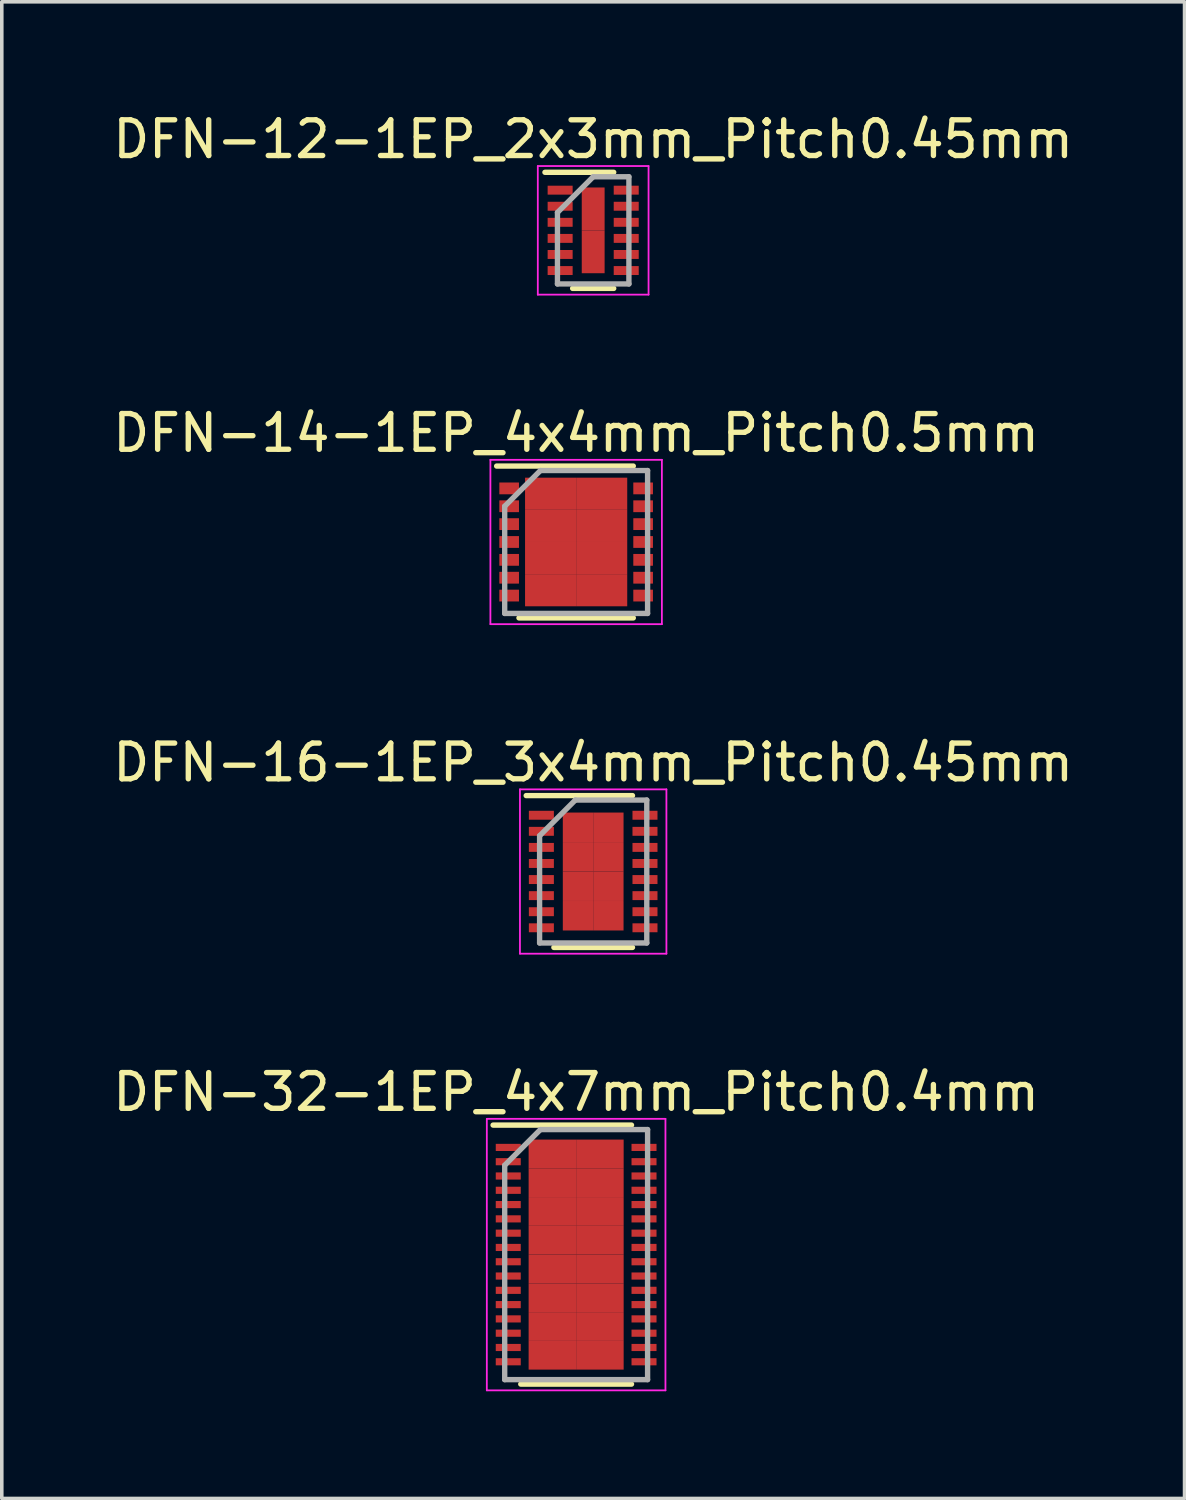
<source format=kicad_pcb>
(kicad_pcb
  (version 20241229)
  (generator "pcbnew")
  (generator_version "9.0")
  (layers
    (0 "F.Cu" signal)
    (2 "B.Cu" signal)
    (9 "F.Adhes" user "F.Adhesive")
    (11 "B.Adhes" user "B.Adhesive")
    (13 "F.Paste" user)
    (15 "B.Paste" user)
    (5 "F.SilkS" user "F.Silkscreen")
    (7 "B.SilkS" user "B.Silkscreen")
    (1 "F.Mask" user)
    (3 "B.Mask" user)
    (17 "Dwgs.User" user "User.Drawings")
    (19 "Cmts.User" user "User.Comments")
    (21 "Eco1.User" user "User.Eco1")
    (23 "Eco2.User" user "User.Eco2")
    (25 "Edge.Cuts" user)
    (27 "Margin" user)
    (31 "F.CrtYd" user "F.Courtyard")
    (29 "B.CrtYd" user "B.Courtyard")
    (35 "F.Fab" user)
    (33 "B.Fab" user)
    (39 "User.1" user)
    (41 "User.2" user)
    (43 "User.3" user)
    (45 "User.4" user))
  (footprint "DFN-32-1EP_4x7mm_Pitch0.4mm"
    (layer "F.Cu")
    (at 13.077 32.068)
    (property "Reference" "DFN-32-1EP_4x7mm_Pitch0.4mm" (at 0 -4.55 0) (layer "F.SilkS") (effects (font (size 1 1) (thickness 0.15))))
    (attr smd)
    (fp_line (start -2.325 -3.625) (end 1.55 -3.625) (stroke (width 0.15) (type solid)) (layer "F.SilkS"))
    (fp_line (start -1.55 3.625) (end 1.55 3.625) (stroke (width 0.15) (type solid)) (layer "F.SilkS"))
    (fp_line (start -2.5 -3.8) (end -2.5 3.8) (stroke (width 0.05) (type solid)) (layer "F.CrtYd"))
    (fp_line (start -2.5 -3.8) (end 2.5 -3.8) (stroke (width 0.05) (type solid)) (layer "F.CrtYd"))
    (fp_line (start -2.5 3.8) (end 2.5 3.8) (stroke (width 0.05) (type solid)) (layer "F.CrtYd"))
    (fp_line (start 2.5 -3.8) (end 2.5 3.8) (stroke (width 0.05) (type solid)) (layer "F.CrtYd"))
    (fp_line (start -2 -2.5) (end -1 -3.5) (stroke (width 0.15) (type solid)) (layer "F.Fab"))
    (fp_line (start -2 3.5) (end -2 -2.5) (stroke (width 0.15) (type solid)) (layer "F.Fab"))
    (fp_line (start -1 -3.5) (end 2 -3.5) (stroke (width 0.15) (type solid)) (layer "F.Fab"))
    (fp_line (start 2 -3.5) (end 2 3.5) (stroke (width 0.15) (type solid)) (layer "F.Fab"))
    (fp_line (start 2 3.5) (end -2 3.5) (stroke (width 0.15) (type solid)) (layer "F.Fab"))
    (pad "1" smd rect (at -1.9 -3) (size 0.7 0.2) (layers "F.Cu" "F.Mask" "F.Paste"))
    (pad "2" smd rect (at -1.9 -2.6) (size 0.7 0.2) (layers "F.Cu" "F.Mask" "F.Paste"))
    (pad "3" smd rect (at -1.9 -2.2) (size 0.7 0.2) (layers "F.Cu" "F.Mask" "F.Paste"))
    (pad "4" smd rect (at -1.9 -1.8) (size 0.7 0.2) (layers "F.Cu" "F.Mask" "F.Paste"))
    (pad "5" smd rect (at -1.9 -1.4) (size 0.7 0.2) (layers "F.Cu" "F.Mask" "F.Paste"))
    (pad "6" smd rect (at -1.9 -1) (size 0.7 0.2) (layers "F.Cu" "F.Mask" "F.Paste"))
    (pad "7" smd rect (at -1.9 -0.6) (size 0.7 0.2) (layers "F.Cu" "F.Mask" "F.Paste"))
    (pad "8" smd rect (at -1.9 -0.2) (size 0.7 0.2) (layers "F.Cu" "F.Mask" "F.Paste"))
    (pad "9" smd rect (at -1.9 0.2) (size 0.7 0.2) (layers "F.Cu" "F.Mask" "F.Paste"))
    (pad "10" smd rect (at -1.9 0.6) (size 0.7 0.2) (layers "F.Cu" "F.Mask" "F.Paste"))
    (pad "11" smd rect (at -1.9 1) (size 0.7 0.2) (layers "F.Cu" "F.Mask" "F.Paste"))
    (pad "12" smd rect (at -1.9 1.4) (size 0.7 0.2) (layers "F.Cu" "F.Mask" "F.Paste"))
    (pad "13" smd rect (at -1.9 1.8) (size 0.7 0.2) (layers "F.Cu" "F.Mask" "F.Paste"))
    (pad "14" smd rect (at -1.9 2.2) (size 0.7 0.2) (layers "F.Cu" "F.Mask" "F.Paste"))
    (pad "15" smd rect (at -1.9 2.6) (size 0.7 0.2) (layers "F.Cu" "F.Mask" "F.Paste"))
    (pad "16" smd rect (at -1.9 3) (size 0.7 0.2) (layers "F.Cu" "F.Mask" "F.Paste"))
    (pad "17" smd rect (at 1.9 3) (size 0.7 0.2) (layers "F.Cu" "F.Mask" "F.Paste"))
    (pad "18" smd rect (at 1.9 2.6) (size 0.7 0.2) (layers "F.Cu" "F.Mask" "F.Paste"))
    (pad "19" smd rect (at 1.9 2.2) (size 0.7 0.2) (layers "F.Cu" "F.Mask" "F.Paste"))
    (pad "20" smd rect (at 1.9 1.8) (size 0.7 0.2) (layers "F.Cu" "F.Mask" "F.Paste"))
    (pad "21" smd rect (at 1.9 1.4) (size 0.7 0.2) (layers "F.Cu" "F.Mask" "F.Paste"))
    (pad "22" smd rect (at 1.9 1) (size 0.7 0.2) (layers "F.Cu" "F.Mask" "F.Paste"))
    (pad "23" smd rect (at 1.9 0.6) (size 0.7 0.2) (layers "F.Cu" "F.Mask" "F.Paste"))
    (pad "24" smd rect (at 1.9 0.2) (size 0.7 0.2) (layers "F.Cu" "F.Mask" "F.Paste"))
    (pad "25" smd rect (at 1.9 -0.2) (size 0.7 0.2) (layers "F.Cu" "F.Mask" "F.Paste"))
    (pad "26" smd rect (at 1.9 -0.6) (size 0.7 0.2) (layers "F.Cu" "F.Mask" "F.Paste"))
    (pad "27" smd rect (at 1.9 -1) (size 0.7 0.2) (layers "F.Cu" "F.Mask" "F.Paste"))
    (pad "28" smd rect (at 1.9 -1.4) (size 0.7 0.2) (layers "F.Cu" "F.Mask" "F.Paste"))
    (pad "29" smd rect (at 1.9 -1.8) (size 0.7 0.2) (layers "F.Cu" "F.Mask" "F.Paste"))
    (pad "30" smd rect (at 1.9 -2.2) (size 0.7 0.2) (layers "F.Cu" "F.Mask" "F.Paste"))
    (pad "31" smd rect (at 1.9 -2.6) (size 0.7 0.2) (layers "F.Cu" "F.Mask" "F.Paste"))
    (pad "32" smd rect (at 1.9 -3) (size 0.7 0.2) (layers "F.Cu" "F.Mask" "F.Paste"))
    (pad "33" smd rect (at -0.665 -2.817) (size 1.33 0.805) (layers "F.Cu" "F.Mask" "F.Paste"))
    (pad "33" smd rect (at -0.665 -2.013) (size 1.33 0.805) (layers "F.Cu" "F.Mask" "F.Paste"))
    (pad "33" smd rect (at -0.665 -1.208) (size 1.33 0.805) (layers "F.Cu" "F.Mask" "F.Paste"))
    (pad "33" smd rect (at -0.665 -0.403) (size 1.33 0.805) (layers "F.Cu" "F.Mask" "F.Paste"))
    (pad "33" smd rect (at -0.665 0.403) (size 1.33 0.805) (layers "F.Cu" "F.Mask" "F.Paste"))
    (pad "33" smd rect (at -0.665 1.208) (size 1.33 0.805) (layers "F.Cu" "F.Mask" "F.Paste"))
    (pad "33" smd rect (at -0.665 2.013) (size 1.33 0.805) (layers "F.Cu" "F.Mask" "F.Paste"))
    (pad "33" smd rect (at -0.665 2.817) (size 1.33 0.805) (layers "F.Cu" "F.Mask" "F.Paste"))
    (pad "33" smd rect (at 0.665 -2.817) (size 1.33 0.805) (layers "F.Cu" "F.Mask" "F.Paste"))
    (pad "33" smd rect (at 0.665 -2.013) (size 1.33 0.805) (layers "F.Cu" "F.Mask" "F.Paste"))
    (pad "33" smd rect (at 0.665 -1.208) (size 1.33 0.805) (layers "F.Cu" "F.Mask" "F.Paste"))
    (pad "33" smd rect (at 0.665 -0.403) (size 1.33 0.805) (layers "F.Cu" "F.Mask" "F.Paste"))
    (pad "33" smd rect (at 0.665 0.403) (size 1.33 0.805) (layers "F.Cu" "F.Mask" "F.Paste"))
    (pad "33" smd rect (at 0.665 1.208) (size 1.33 0.805) (layers "F.Cu" "F.Mask" "F.Paste"))
    (pad "33" smd rect (at 0.665 2.013) (size 1.33 0.805) (layers "F.Cu" "F.Mask" "F.Paste"))
    (pad "33" smd rect (at 0.665 2.817) (size 1.33 0.805) (layers "F.Cu" "F.Mask" "F.Paste")))
  (footprint "DFN-16-1EP_3x4mm_Pitch0.45mm"
    (layer "F.Cu")
    (at 13.554 21.345)
    (property "Reference" "DFN-16-1EP_3x4mm_Pitch0.45mm" (at 0 -3.05 0) (layer "F.SilkS") (effects (font (size 1 1) (thickness 0.15))))
    (attr smd)
    (fp_line (start -1.875 -2.125) (end 1.1 -2.125) (stroke (width 0.15) (type solid)) (layer "F.SilkS"))
    (fp_line (start -1.1 2.125) (end 1.1 2.125) (stroke (width 0.15) (type solid)) (layer "F.SilkS"))
    (fp_line (start -2.05 -2.3) (end -2.05 2.3) (stroke (width 0.05) (type solid)) (layer "F.CrtYd"))
    (fp_line (start -2.05 -2.3) (end 2.05 -2.3) (stroke (width 0.05) (type solid)) (layer "F.CrtYd"))
    (fp_line (start -2.05 2.3) (end 2.05 2.3) (stroke (width 0.05) (type solid)) (layer "F.CrtYd"))
    (fp_line (start 2.05 -2.3) (end 2.05 2.3) (stroke (width 0.05) (type solid)) (layer "F.CrtYd"))
    (fp_line (start -1.5 -1) (end -0.5 -2) (stroke (width 0.15) (type solid)) (layer "F.Fab"))
    (fp_line (start -1.5 2) (end -1.5 -1) (stroke (width 0.15) (type solid)) (layer "F.Fab"))
    (fp_line (start -0.5 -2) (end 1.5 -2) (stroke (width 0.15) (type solid)) (layer "F.Fab"))
    (fp_line (start 1.5 -2) (end 1.5 2) (stroke (width 0.15) (type solid)) (layer "F.Fab"))
    (fp_line (start 1.5 2) (end -1.5 2) (stroke (width 0.15) (type solid)) (layer "F.Fab"))
    (pad "1" smd rect (at -1.45 -1.575) (size 0.7 0.25) (layers "F.Cu" "F.Mask" "F.Paste"))
    (pad "2" smd rect (at -1.45 -1.125) (size 0.7 0.25) (layers "F.Cu" "F.Mask" "F.Paste"))
    (pad "3" smd rect (at -1.45 -0.675) (size 0.7 0.25) (layers "F.Cu" "F.Mask" "F.Paste"))
    (pad "4" smd rect (at -1.45 -0.225) (size 0.7 0.25) (layers "F.Cu" "F.Mask" "F.Paste"))
    (pad "5" smd rect (at -1.45 0.225) (size 0.7 0.25) (layers "F.Cu" "F.Mask" "F.Paste"))
    (pad "6" smd rect (at -1.45 0.675) (size 0.7 0.25) (layers "F.Cu" "F.Mask" "F.Paste"))
    (pad "7" smd rect (at -1.45 1.125) (size 0.7 0.25) (layers "F.Cu" "F.Mask" "F.Paste"))
    (pad "8" smd rect (at -1.45 1.575) (size 0.7 0.25) (layers "F.Cu" "F.Mask" "F.Paste"))
    (pad "9" smd rect (at 1.45 1.575) (size 0.7 0.25) (layers "F.Cu" "F.Mask" "F.Paste"))
    (pad "10" smd rect (at 1.45 1.125) (size 0.7 0.25) (layers "F.Cu" "F.Mask" "F.Paste"))
    (pad "11" smd rect (at 1.45 0.675) (size 0.7 0.25) (layers "F.Cu" "F.Mask" "F.Paste"))
    (pad "12" smd rect (at 1.45 0.225) (size 0.7 0.25) (layers "F.Cu" "F.Mask" "F.Paste"))
    (pad "13" smd rect (at 1.45 -0.225) (size 0.7 0.25) (layers "F.Cu" "F.Mask" "F.Paste"))
    (pad "14" smd rect (at 1.45 -0.675) (size 0.7 0.25) (layers "F.Cu" "F.Mask" "F.Paste"))
    (pad "15" smd rect (at 1.45 -1.125) (size 0.7 0.25) (layers "F.Cu" "F.Mask" "F.Paste"))
    (pad "16" smd rect (at 1.45 -1.575) (size 0.7 0.25) (layers "F.Cu" "F.Mask" "F.Paste"))
    (pad "17" smd rect (at -0.425 -1.238) (size 0.85 0.825) (layers "F.Cu" "F.Mask" "F.Paste"))
    (pad "17" smd rect (at -0.425 -0.412) (size 0.85 0.825) (layers "F.Cu" "F.Mask" "F.Paste"))
    (pad "17" smd rect (at -0.425 0.412) (size 0.85 0.825) (layers "F.Cu" "F.Mask" "F.Paste"))
    (pad "17" smd rect (at -0.425 1.238) (size 0.85 0.825) (layers "F.Cu" "F.Mask" "F.Paste"))
    (pad "17" smd rect (at 0.425 -1.238) (size 0.85 0.825) (layers "F.Cu" "F.Mask" "F.Paste"))
    (pad "17" smd rect (at 0.425 -0.412) (size 0.85 0.825) (layers "F.Cu" "F.Mask" "F.Paste"))
    (pad "17" smd rect (at 0.425 0.412) (size 0.85 0.825) (layers "F.Cu" "F.Mask" "F.Paste"))
    (pad "17" smd rect (at 0.425 1.238) (size 0.85 0.825) (layers "F.Cu" "F.Mask" "F.Paste")))
  (footprint "DFN-12-1EP_2x3mm_Pitch0.45mm"
    (layer "F.Cu")
    (at 13.554 3.398)
    (property "Reference" "DFN-12-1EP_2x3mm_Pitch0.45mm" (at 0 -2.55 0) (layer "F.SilkS") (effects (font (size 1 1) (thickness 0.15))))
    (attr smd)
    (fp_line (start -1.35 -1.625) (end 0.575 -1.625) (stroke (width 0.15) (type solid)) (layer "F.SilkS"))
    (fp_line (start -0.575 1.625) (end 0.575 1.625) (stroke (width 0.15) (type solid)) (layer "F.SilkS"))
    (fp_line (start -1.55 -1.8) (end -1.55 1.8) (stroke (width 0.05) (type solid)) (layer "F.CrtYd"))
    (fp_line (start -1.55 -1.8) (end 1.55 -1.8) (stroke (width 0.05) (type solid)) (layer "F.CrtYd"))
    (fp_line (start -1.55 1.8) (end 1.55 1.8) (stroke (width 0.05) (type solid)) (layer "F.CrtYd"))
    (fp_line (start 1.55 -1.8) (end 1.55 1.8) (stroke (width 0.05) (type solid)) (layer "F.CrtYd"))
    (fp_line (start -1 -0.5) (end 0 -1.5) (stroke (width 0.15) (type solid)) (layer "F.Fab"))
    (fp_line (start -1 1.5) (end -1 -0.5) (stroke (width 0.15) (type solid)) (layer "F.Fab"))
    (fp_line (start 0 -1.5) (end 1 -1.5) (stroke (width 0.15) (type solid)) (layer "F.Fab"))
    (fp_line (start 1 -1.5) (end 1 1.5) (stroke (width 0.15) (type solid)) (layer "F.Fab"))
    (fp_line (start 1 1.5) (end -1 1.5) (stroke (width 0.15) (type solid)) (layer "F.Fab"))
    (pad "1" smd rect (at -0.925 -1.125) (size 0.7 0.25) (layers "F.Cu" "F.Mask" "F.Paste"))
    (pad "2" smd rect (at -0.925 -0.675) (size 0.7 0.25) (layers "F.Cu" "F.Mask" "F.Paste"))
    (pad "3" smd rect (at -0.925 -0.225) (size 0.7 0.25) (layers "F.Cu" "F.Mask" "F.Paste"))
    (pad "4" smd rect (at -0.925 0.225) (size 0.7 0.25) (layers "F.Cu" "F.Mask" "F.Paste"))
    (pad "5" smd rect (at -0.925 0.675) (size 0.7 0.25) (layers "F.Cu" "F.Mask" "F.Paste"))
    (pad "6" smd rect (at -0.925 1.125) (size 0.7 0.25) (layers "F.Cu" "F.Mask" "F.Paste"))
    (pad "7" smd rect (at 0.925 1.125) (size 0.7 0.25) (layers "F.Cu" "F.Mask" "F.Paste"))
    (pad "8" smd rect (at 0.925 0.675) (size 0.7 0.25) (layers "F.Cu" "F.Mask" "F.Paste"))
    (pad "9" smd rect (at 0.925 0.225) (size 0.7 0.25) (layers "F.Cu" "F.Mask" "F.Paste"))
    (pad "10" smd rect (at 0.925 -0.225) (size 0.7 0.25) (layers "F.Cu" "F.Mask" "F.Paste"))
    (pad "11" smd rect (at 0.925 -0.675) (size 0.7 0.25) (layers "F.Cu" "F.Mask" "F.Paste"))
    (pad "12" smd rect (at 0.925 -1.125) (size 0.7 0.25) (layers "F.Cu" "F.Mask" "F.Paste"))
    (pad "13" smd rect (at 0 -0.6) (size 0.64 1.2) (layers "F.Cu" "F.Mask" "F.Paste"))
    (pad "13" smd rect (at 0 0.6) (size 0.64 1.2) (layers "F.Cu" "F.Mask" "F.Paste")))
  (footprint "DFN-14-1EP_4x4mm_Pitch0.5mm"
    (layer "F.Cu")
    (at 13.077 12.121)
    (property "Reference" "DFN-14-1EP_4x4mm_Pitch0.5mm" (at 0 -3.05 0) (layer "F.SilkS") (effects (font (size 1 1) (thickness 0.15))))
    (attr smd)
    (fp_line (start -2.225 -2.125) (end 1.6 -2.125) (stroke (width 0.15) (type solid)) (layer "F.SilkS"))
    (fp_line (start -1.6 2.125) (end 1.6 2.125) (stroke (width 0.15) (type solid)) (layer "F.SilkS"))
    (fp_line (start -2.4 -2.3) (end -2.4 2.3) (stroke (width 0.05) (type solid)) (layer "F.CrtYd"))
    (fp_line (start -2.4 -2.3) (end 2.4 -2.3) (stroke (width 0.05) (type solid)) (layer "F.CrtYd"))
    (fp_line (start -2.4 2.3) (end 2.4 2.3) (stroke (width 0.05) (type solid)) (layer "F.CrtYd"))
    (fp_line (start 2.4 -2.3) (end 2.4 2.3) (stroke (width 0.05) (type solid)) (layer "F.CrtYd"))
    (fp_line (start -2 -1) (end -1 -2) (stroke (width 0.15) (type solid)) (layer "F.Fab"))
    (fp_line (start -2 2) (end -2 -1) (stroke (width 0.15) (type solid)) (layer "F.Fab"))
    (fp_line (start -1 -2) (end 2 -2) (stroke (width 0.15) (type solid)) (layer "F.Fab"))
    (fp_line (start 2 -2) (end 2 2) (stroke (width 0.15) (type solid)) (layer "F.Fab"))
    (fp_line (start 2 2) (end -2 2) (stroke (width 0.15) (type solid)) (layer "F.Fab"))
    (pad "1" smd rect (at -1.875 -1.5) (size 0.55 0.33) (layers "F.Cu" "F.Mask" "F.Paste"))
    (pad "2" smd rect (at -1.875 -1) (size 0.55 0.33) (layers "F.Cu" "F.Mask" "F.Paste"))
    (pad "3" smd rect (at -1.875 -0.5) (size 0.55 0.33) (layers "F.Cu" "F.Mask" "F.Paste"))
    (pad "4" smd rect (at -1.875 0) (size 0.55 0.33) (layers "F.Cu" "F.Mask" "F.Paste"))
    (pad "5" smd rect (at -1.875 0.5) (size 0.55 0.33) (layers "F.Cu" "F.Mask" "F.Paste"))
    (pad "6" smd rect (at -1.875 1) (size 0.55 0.33) (layers "F.Cu" "F.Mask" "F.Paste"))
    (pad "7" smd rect (at -1.875 1.5) (size 0.55 0.33) (layers "F.Cu" "F.Mask" "F.Paste"))
    (pad "8" smd rect (at 1.875 1.5) (size 0.55 0.33) (layers "F.Cu" "F.Mask" "F.Paste"))
    (pad "9" smd rect (at 1.875 1) (size 0.55 0.33) (layers "F.Cu" "F.Mask" "F.Paste"))
    (pad "10" smd rect (at 1.875 0.5) (size 0.55 0.33) (layers "F.Cu" "F.Mask" "F.Paste"))
    (pad "11" smd rect (at 1.875 0) (size 0.55 0.33) (layers "F.Cu" "F.Mask" "F.Paste"))
    (pad "12" smd rect (at 1.875 -0.5) (size 0.55 0.33) (layers "F.Cu" "F.Mask" "F.Paste"))
    (pad "13" smd rect (at 1.875 -1) (size 0.55 0.33) (layers "F.Cu" "F.Mask" "F.Paste"))
    (pad "14" smd rect (at 1.875 -1.5) (size 0.55 0.33) (layers "F.Cu" "F.Mask" "F.Paste"))
    (pad "15" smd rect (at -0.715 -1.35) (size 1.43 0.9) (layers "F.Cu" "F.Mask" "F.Paste"))
    (pad "15" smd rect (at -0.715 -0.45) (size 1.43 0.9) (layers "F.Cu" "F.Mask" "F.Paste"))
    (pad "15" smd rect (at -0.715 0.45) (size 1.43 0.9) (layers "F.Cu" "F.Mask" "F.Paste"))
    (pad "15" smd rect (at -0.715 1.35) (size 1.43 0.9) (layers "F.Cu" "F.Mask" "F.Paste"))
    (pad "15" smd rect (at 0.715 -1.35) (size 1.43 0.9) (layers "F.Cu" "F.Mask" "F.Paste"))
    (pad "15" smd rect (at 0.715 -0.45) (size 1.43 0.9) (layers "F.Cu" "F.Mask" "F.Paste"))
    (pad "15" smd rect (at 0.715 0.45) (size 1.43 0.9) (layers "F.Cu" "F.Mask" "F.Paste"))
    (pad "15" smd rect (at 0.715 1.35) (size 1.43 0.9) (layers "F.Cu" "F.Mask" "F.Paste")))
  (gr_rect
    (start -3 -3)
    (end 30.107 38.893)
    (stroke (width 0.1) (type default))
    (fill no)
    (layer "Edge.Cuts")))
</source>
